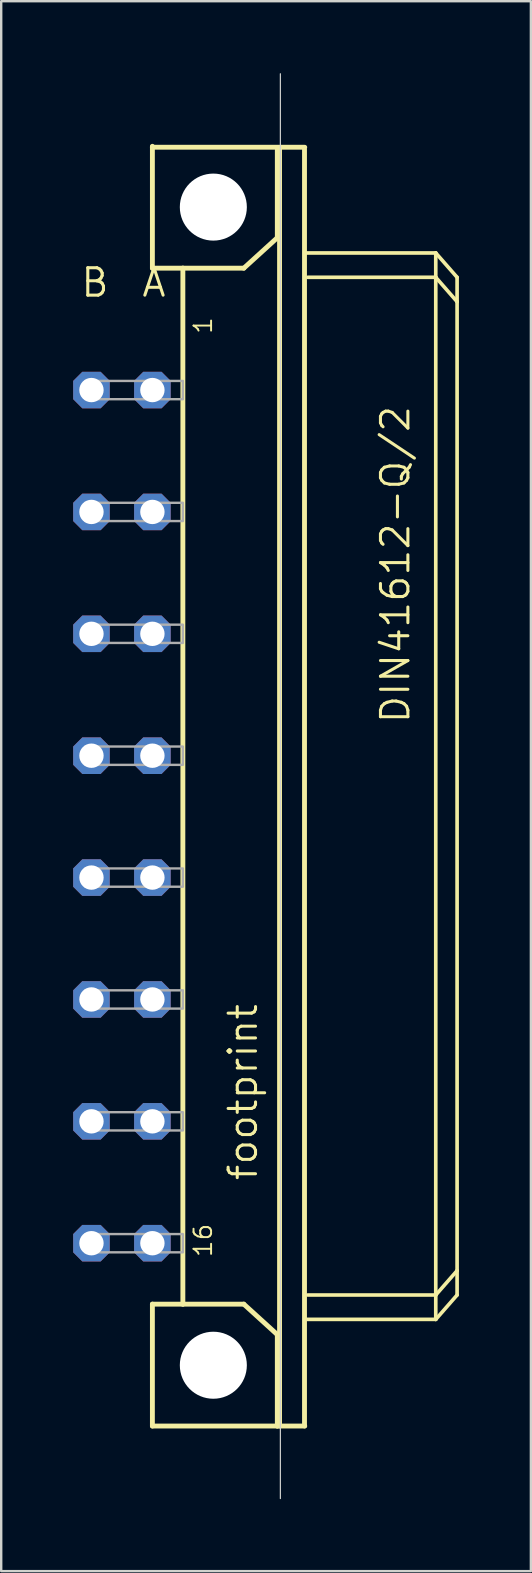
<source format=kicad_pcb>
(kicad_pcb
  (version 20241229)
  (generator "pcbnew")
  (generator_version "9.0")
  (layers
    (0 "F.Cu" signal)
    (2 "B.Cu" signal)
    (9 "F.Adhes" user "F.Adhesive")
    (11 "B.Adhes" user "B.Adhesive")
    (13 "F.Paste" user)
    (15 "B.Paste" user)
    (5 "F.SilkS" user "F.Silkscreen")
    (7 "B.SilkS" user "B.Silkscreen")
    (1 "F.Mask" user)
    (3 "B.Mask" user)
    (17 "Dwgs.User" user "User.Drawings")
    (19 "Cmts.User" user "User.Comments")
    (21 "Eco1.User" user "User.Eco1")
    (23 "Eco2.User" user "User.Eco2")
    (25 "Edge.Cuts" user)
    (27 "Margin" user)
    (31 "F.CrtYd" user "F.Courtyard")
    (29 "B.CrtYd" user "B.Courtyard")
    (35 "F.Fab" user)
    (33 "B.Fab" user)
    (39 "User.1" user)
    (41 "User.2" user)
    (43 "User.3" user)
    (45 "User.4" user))
  (footprint "footprint"
    (layer "F.Cu")
    (at 5.842 29.718)
    (property "Reference" "footprint" (at 1.905 16.51 90) (layer "F.SilkS") (effects (font (size 1.143 1.143) (thickness 0.127)) (justify left bottom)))
    (fp_line (start -2.54 -26.67) (end -2.54 -26.63) (stroke (width 0.203) (type solid)) (layer "F.SilkS"))
    (fp_line (start -2.54 -26.63) (end -2.54 -21.59) (stroke (width 0.203) (type solid)) (layer "F.SilkS"))
    (fp_line (start -2.54 -26.63) (end 3.81 -26.63) (stroke (width 0.203) (type solid)) (layer "F.SilkS"))
    (fp_line (start -2.54 -21.59) (end -1.27 -21.59) (stroke (width 0.203) (type solid)) (layer "F.SilkS"))
    (fp_line (start -2.54 21.59) (end -1.27 21.59) (stroke (width 0.203) (type solid)) (layer "F.SilkS"))
    (fp_line (start -2.54 26.67) (end -2.54 21.59) (stroke (width 0.203) (type solid)) (layer "F.SilkS"))
    (fp_line (start -2.54 26.67) (end 2.667 26.67) (stroke (width 0.203) (type solid)) (layer "F.SilkS"))
    (fp_line (start -1.27 -21.59) (end -1.27 21.59) (stroke (width 0.203) (type solid)) (layer "F.SilkS"))
    (fp_line (start -1.27 -21.59) (end 1.27 -21.59) (stroke (width 0.203) (type solid)) (layer "F.SilkS"))
    (fp_line (start -1.27 21.59) (end 1.27 21.59) (stroke (width 0.203) (type solid)) (layer "F.SilkS"))
    (fp_line (start 1.27 -21.59) (end 2.667 -22.86) (stroke (width 0.203) (type solid)) (layer "F.SilkS"))
    (fp_line (start 1.27 21.59) (end 2.667 22.86) (stroke (width 0.203) (type solid)) (layer "F.SilkS"))
    (fp_line (start 2.667 -22.86) (end 2.667 -26.543) (stroke (width 0.203) (type solid)) (layer "F.SilkS"))
    (fp_line (start 2.667 22.86) (end 2.667 26.67) (stroke (width 0.203) (type solid)) (layer "F.SilkS"))
    (fp_line (start 2.667 26.67) (end 3.81 26.67) (stroke (width 0.203) (type solid)) (layer "F.SilkS"))
    (fp_line (start 2.76 -26.54) (end 2.76 26.667) (stroke (width 0.203) (type solid)) (layer "F.SilkS"))
    (fp_line (start 3.8 26.667) (end 3.8 -26.54) (stroke (width 0.203) (type solid)) (layer "F.SilkS"))
    (fp_line (start 3.81 -22.225) (end 9.271 -22.225) (stroke (width 0.152) (type solid)) (layer "F.SilkS"))
    (fp_line (start 3.937 21.209) (end 9.271 21.209) (stroke (width 0.152) (type solid)) (layer "F.SilkS"))
    (fp_line (start 9.271 -21.209) (end 3.937 -21.209) (stroke (width 0.152) (type solid)) (layer "F.SilkS"))
    (fp_line (start 9.271 -21.209) (end 9.271 -22.225) (stroke (width 0.152) (type solid)) (layer "F.SilkS"))
    (fp_line (start 9.271 21.209) (end 9.271 -21.209) (stroke (width 0.152) (type solid)) (layer "F.SilkS"))
    (fp_line (start 9.271 21.209) (end 10.16 20.193) (stroke (width 0.152) (type solid)) (layer "F.SilkS"))
    (fp_line (start 9.271 22.225) (end 3.81 22.225) (stroke (width 0.152) (type solid)) (layer "F.SilkS"))
    (fp_line (start 9.271 22.225) (end 9.271 21.209) (stroke (width 0.152) (type solid)) (layer "F.SilkS"))
    (fp_line (start 9.271 22.225) (end 10.16 21.209) (stroke (width 0.152) (type solid)) (layer "F.SilkS"))
    (fp_line (start 10.16 -21.209) (end 9.271 -22.225) (stroke (width 0.152) (type solid)) (layer "F.SilkS"))
    (fp_line (start 10.16 -20.193) (end 9.271 -21.209) (stroke (width 0.152) (type solid)) (layer "F.SilkS"))
    (fp_line (start 10.16 -20.193) (end 10.16 -21.209) (stroke (width 0.152) (type solid)) (layer "F.SilkS"))
    (fp_line (start 10.16 20.193) (end 10.16 -20.193) (stroke (width 0.152) (type solid)) (layer "F.SilkS"))
    (fp_line (start 10.16 21.209) (end 10.16 20.193) (stroke (width 0.152) (type solid)) (layer "F.SilkS"))
    (fp_circle (center 0 -24.136) (end 1.27 -24.136) (stroke (width 0.152) (type solid)) (fill no) (layer "F.SilkS"))
    (fp_circle (center 0 24.136) (end 1.27 24.136) (stroke (width 0.152) (type solid)) (fill no) (layer "F.SilkS"))
    (fp_line (start 2.794 29.693) (end 2.794 -29.693) (stroke (width 0.05) (type solid)) (layer "Edge.Cuts"))
    (fp_poly (pts (xy -5.334 -16.129) (xy -1.27 -16.129) (xy -1.27 -16.891) (xy -5.334 -16.891)) (stroke (width 0.1) (type solid)) (fill no) (layer "F.Fab"))
    (fp_poly (pts (xy -5.334 -11.049) (xy -1.27 -11.049) (xy -1.27 -11.811) (xy -5.334 -11.811)) (stroke (width 0.1) (type solid)) (fill no) (layer "F.Fab"))
    (fp_poly (pts (xy -5.334 -5.969) (xy -1.27 -5.969) (xy -1.27 -6.731) (xy -5.334 -6.731)) (stroke (width 0.1) (type solid)) (fill no) (layer "F.Fab"))
    (fp_poly (pts (xy -5.334 -0.889) (xy -1.27 -0.889) (xy -1.27 -1.651) (xy -5.334 -1.651)) (stroke (width 0.1) (type solid)) (fill no) (layer "F.Fab"))
    (fp_poly (pts (xy -5.334 4.191) (xy -1.27 4.191) (xy -1.27 3.429) (xy -5.334 3.429)) (stroke (width 0.1) (type solid)) (fill no) (layer "F.Fab"))
    (fp_poly (pts (xy -5.334 9.271) (xy -1.27 9.271) (xy -1.27 8.509) (xy -5.334 8.509)) (stroke (width 0.1) (type solid)) (fill no) (layer "F.Fab"))
    (fp_poly (pts (xy -5.334 14.351) (xy -1.27 14.351) (xy -1.27 13.589) (xy -5.334 13.589)) (stroke (width 0.1) (type solid)) (fill no) (layer "F.Fab"))
    (fp_poly (pts (xy -5.334 19.431) (xy -1.27 19.431) (xy -1.27 18.669) (xy -5.334 18.669)) (stroke (width 0.1) (type solid)) (fill no) (layer "F.Fab"))
    (fp_text user "1" (at 0 -18.796 90) (layer "F.SilkS") (effects (font (size 0.732 0.732) (thickness 0.081)) (justify left bottom)))
    (fp_text user "16" (at 0 19.685 90) (layer "F.SilkS") (effects (font (size 0.732 0.732) (thickness 0.081)) (justify left bottom)))
    (fp_text user "DIN41612-Q/2" (at 8.255 -2.54 90) (layer "F.SilkS") (effects (font (size 1.143 1.143) (thickness 0.127)) (justify left bottom)))
    (fp_text user "B" (at -5.588 -20.32 0) (layer "F.SilkS") (effects (font (size 1.143 1.143) (thickness 0.127)) (justify left bottom)))
    (fp_text user "A" (at -3.048 -20.32 0) (layer "F.SilkS") (effects (font (size 1.143 1.143) (thickness 0.127)) (justify left bottom)))
    (pad "" np_thru_hole circle (at 0 -24.136) (size 2.794 2.794) (drill 2.794) (layers "*.Cu" "*.Mask"))
    (pad "" np_thru_hole circle (at 0 24.136) (size 2.794 2.794) (drill 2.794) (layers "*.Cu" "*.Mask"))
    (pad "A2" thru_hole roundrect (at -2.54 -16.51) (size 1.524 1.524) (drill 1.016) (layers "*.Cu" "*.Mask") (roundrect_rratio 0.25) (chamfer_ratio 0.25) (chamfer top_left top_right bottom_left bottom_right))
    (pad "A4" thru_hole roundrect (at -2.54 -11.43) (size 1.524 1.524) (drill 1.016) (layers "*.Cu" "*.Mask") (roundrect_rratio 0.25) (chamfer_ratio 0.25) (chamfer top_left top_right bottom_left bottom_right))
    (pad "A6" thru_hole roundrect (at -2.54 -6.35) (size 1.524 1.524) (drill 1.016) (layers "*.Cu" "*.Mask") (roundrect_rratio 0.25) (chamfer_ratio 0.25) (chamfer top_left top_right bottom_left bottom_right))
    (pad "A8" thru_hole roundrect (at -2.54 -1.27) (size 1.524 1.524) (drill 1.016) (layers "*.Cu" "*.Mask") (roundrect_rratio 0.25) (chamfer_ratio 0.25) (chamfer top_left top_right bottom_left bottom_right))
    (pad "A10" thru_hole roundrect (at -2.54 3.81) (size 1.524 1.524) (drill 1.016) (layers "*.Cu" "*.Mask") (roundrect_rratio 0.25) (chamfer_ratio 0.25) (chamfer top_left top_right bottom_left bottom_right))
    (pad "A12" thru_hole roundrect (at -2.54 8.89) (size 1.524 1.524) (drill 1.016) (layers "*.Cu" "*.Mask") (roundrect_rratio 0.25) (chamfer_ratio 0.25) (chamfer top_left top_right bottom_left bottom_right))
    (pad "A14" thru_hole roundrect (at -2.54 13.97) (size 1.524 1.524) (drill 1.016) (layers "*.Cu" "*.Mask") (roundrect_rratio 0.25) (chamfer_ratio 0.25) (chamfer top_left top_right bottom_left bottom_right))
    (pad "A16" thru_hole roundrect (at -2.54 19.05) (size 1.524 1.524) (drill 1.016) (layers "*.Cu" "*.Mask") (roundrect_rratio 0.25) (chamfer_ratio 0.25) (chamfer top_left top_right bottom_left bottom_right))
    (pad "B2" thru_hole roundrect (at -5.08 -16.51) (size 1.524 1.524) (drill 1.016) (layers "*.Cu" "*.Mask") (roundrect_rratio 0.25) (chamfer_ratio 0.25) (chamfer top_left top_right bottom_left bottom_right))
    (pad "B4" thru_hole roundrect (at -5.08 -11.43) (size 1.524 1.524) (drill 1.016) (layers "*.Cu" "*.Mask") (roundrect_rratio 0.25) (chamfer_ratio 0.25) (chamfer top_left top_right bottom_left bottom_right))
    (pad "B6" thru_hole roundrect (at -5.08 -6.35) (size 1.524 1.524) (drill 1.016) (layers "*.Cu" "*.Mask") (roundrect_rratio 0.25) (chamfer_ratio 0.25) (chamfer top_left top_right bottom_left bottom_right))
    (pad "B8" thru_hole roundrect (at -5.08 -1.27) (size 1.524 1.524) (drill 1.016) (layers "*.Cu" "*.Mask") (roundrect_rratio 0.25) (chamfer_ratio 0.25) (chamfer top_left top_right bottom_left bottom_right))
    (pad "B10" thru_hole roundrect (at -5.08 3.81) (size 1.524 1.524) (drill 1.016) (layers "*.Cu" "*.Mask") (roundrect_rratio 0.25) (chamfer_ratio 0.25) (chamfer top_left top_right bottom_left bottom_right))
    (pad "B12" thru_hole roundrect (at -5.08 8.89) (size 1.524 1.524) (drill 1.016) (layers "*.Cu" "*.Mask") (roundrect_rratio 0.25) (chamfer_ratio 0.25) (chamfer top_left top_right bottom_left bottom_right))
    (pad "B14" thru_hole roundrect (at -5.08 13.97) (size 1.524 1.524) (drill 1.016) (layers "*.Cu" "*.Mask") (roundrect_rratio 0.25) (chamfer_ratio 0.25) (chamfer top_left top_right bottom_left bottom_right))
    (pad "B16" thru_hole roundrect (at -5.08 19.05) (size 1.524 1.524) (drill 1.016) (layers "*.Cu" "*.Mask") (roundrect_rratio 0.25) (chamfer_ratio 0.25) (chamfer top_left top_right bottom_left bottom_right))
    (zone (net_name "") (layers "F.Cu" "B.Cu") (hatch edge 0.508) (connect_pads) (min_thickness 0.254) (filled_areas_thickness no) (keepout (tracks allowed) (vias not_allowed) (pads allowed) (copperpour allowed) (footprints allowed)) (placement (enabled no)) (fill) (polygon (pts (xy 9.017 5.581) (xy 8.969 5.03) (xy 8.826 4.495) (xy 8.592 3.994) (xy 8.274 3.54) (xy 7.883 3.149) (xy 7.429 2.832) (xy 6.928 2.598) (xy 6.393 2.454) (xy 5.842 2.406) (xy 5.291 2.454) (xy 4.756 2.598) (xy 4.255 2.832) (xy 3.801 3.149) (xy 3.41 3.54) (xy 3.092 3.994) (xy 2.858 4.495) (xy 2.715 5.03) (xy 2.667 5.581) (xy 2.715 6.133) (xy 2.858 6.667) (xy 3.092 7.169) (xy 3.41 7.622) (xy 3.801 8.013) (xy 4.255 8.331) (xy 4.756 8.565) (xy 5.291 8.708) (xy 5.842 8.756) (xy 6.393 8.708) (xy 6.928 8.565) (xy 7.429 8.331) (xy 7.883 8.013) (xy 8.274 7.622) (xy 8.592 7.169) (xy 8.826 6.667) (xy 8.969 6.133))) (polygon (pts (xy 7.239 5.581) (xy 7.218 5.339) (xy 7.155 5.103) (xy 7.052 4.883) (xy 6.912 4.683) (xy 6.74 4.511) (xy 6.54 4.371) (xy 6.32 4.268) (xy 6.085 4.205) (xy 5.842 4.184) (xy 5.599 4.205) (xy 5.364 4.268) (xy 5.144 4.371) (xy 4.944 4.511) (xy 4.772 4.683) (xy 4.632 4.883) (xy 4.529 5.103) (xy 4.466 5.339) (xy 4.445 5.581) (xy 4.466 5.824) (xy 4.529 6.059) (xy 4.632 6.28) (xy 4.772 6.479) (xy 4.944 6.651) (xy 5.144 6.791) (xy 5.364 6.894) (xy 5.599 6.957) (xy 5.842 6.978) (xy 6.085 6.957) (xy 6.32 6.894) (xy 6.54 6.791) (xy 6.74 6.651) (xy 6.912 6.479) (xy 7.052 6.28) (xy 7.155 6.059) (xy 7.218 5.824))))
    (zone (net_name "") (layers "F.Cu" "B.Cu") (hatch edge 0.508) (connect_pads) (min_thickness 0.254) (filled_areas_thickness no) (keepout (tracks allowed) (vias not_allowed) (pads allowed) (copperpour allowed) (footprints allowed)) (placement (enabled no)) (fill) (polygon (pts (xy 9.017 53.854) (xy 8.969 53.303) (xy 8.826 52.768) (xy 8.592 52.267) (xy 8.274 51.813) (xy 7.883 51.422) (xy 7.429 51.104) (xy 6.928 50.87) (xy 6.393 50.727) (xy 5.842 50.679) (xy 5.291 50.727) (xy 4.756 50.87) (xy 4.255 51.104) (xy 3.801 51.422) (xy 3.41 51.813) (xy 3.092 52.267) (xy 2.858 52.768) (xy 2.715 53.303) (xy 2.667 53.854) (xy 2.715 54.405) (xy 2.858 54.94) (xy 3.092 55.441) (xy 3.41 55.895) (xy 3.801 56.286) (xy 4.255 56.604) (xy 4.756 56.838) (xy 5.291 56.981) (xy 5.842 57.029) (xy 6.393 56.981) (xy 6.928 56.838) (xy 7.429 56.604) (xy 7.883 56.286) (xy 8.274 55.895) (xy 8.592 55.441) (xy 8.826 54.94) (xy 8.969 54.405))) (polygon (pts (xy 7.239 53.854) (xy 7.218 53.611) (xy 7.155 53.376) (xy 7.052 53.156) (xy 6.912 52.956) (xy 6.74 52.784) (xy 6.54 52.644) (xy 6.32 52.541) (xy 6.085 52.478) (xy 5.842 52.457) (xy 5.599 52.478) (xy 5.364 52.541) (xy 5.144 52.644) (xy 4.944 52.784) (xy 4.772 52.956) (xy 4.632 53.156) (xy 4.529 53.376) (xy 4.466 53.611) (xy 4.445 53.854) (xy 4.466 54.097) (xy 4.529 54.332) (xy 4.632 54.553) (xy 4.772 54.752) (xy 4.944 54.924) (xy 5.144 55.064) (xy 5.364 55.167) (xy 5.599 55.23) (xy 5.842 55.251) (xy 6.085 55.23) (xy 6.32 55.167) (xy 6.54 55.064) (xy 6.74 54.924) (xy 6.912 54.752) (xy 7.052 54.553) (xy 7.155 54.332) (xy 7.218 54.097))))
    (zone (net_name "") (layer "B.Cu") (hatch edge 0.508) (connect_pads) (min_thickness 0.254) (filled_areas_thickness no) (keepout (tracks not_allowed) (vias not_allowed) (pads not_allowed) (copperpour not_allowed) (footprints allowed)) (placement (enabled no)) (fill) (polygon (pts (xy 9.017 5.581) (xy 8.969 5.03) (xy 8.826 4.495) (xy 8.592 3.994) (xy 8.274 3.54) (xy 7.883 3.149) (xy 7.429 2.832) (xy 6.928 2.598) (xy 6.393 2.454) (xy 5.842 2.406) (xy 5.291 2.454) (xy 4.756 2.598) (xy 4.255 2.832) (xy 3.801 3.149) (xy 3.41 3.54) (xy 3.092 3.994) (xy 2.858 4.495) (xy 2.715 5.03) (xy 2.667 5.581) (xy 2.715 6.133) (xy 2.858 6.667) (xy 3.092 7.169) (xy 3.41 7.622) (xy 3.801 8.013) (xy 4.255 8.331) (xy 4.756 8.565) (xy 5.291 8.708) (xy 5.842 8.756) (xy 6.393 8.708) (xy 6.928 8.565) (xy 7.429 8.331) (xy 7.883 8.013) (xy 8.274 7.622) (xy 8.592 7.169) (xy 8.826 6.667) (xy 8.969 6.133))) (polygon (pts (xy 7.239 5.581) (xy 7.218 5.339) (xy 7.155 5.103) (xy 7.052 4.883) (xy 6.912 4.683) (xy 6.74 4.511) (xy 6.54 4.371) (xy 6.32 4.268) (xy 6.085 4.205) (xy 5.842 4.184) (xy 5.599 4.205) (xy 5.364 4.268) (xy 5.144 4.371) (xy 4.944 4.511) (xy 4.772 4.683) (xy 4.632 4.883) (xy 4.529 5.103) (xy 4.466 5.339) (xy 4.445 5.581) (xy 4.466 5.824) (xy 4.529 6.059) (xy 4.632 6.28) (xy 4.772 6.479) (xy 4.944 6.651) (xy 5.144 6.791) (xy 5.364 6.894) (xy 5.599 6.957) (xy 5.842 6.978) (xy 6.085 6.957) (xy 6.32 6.894) (xy 6.54 6.791) (xy 6.74 6.651) (xy 6.912 6.479) (xy 7.052 6.28) (xy 7.155 6.059) (xy 7.218 5.824))))
    (zone (net_name "") (layer "B.Cu") (hatch edge 0.508) (connect_pads) (min_thickness 0.254) (filled_areas_thickness no) (keepout (tracks not_allowed) (vias not_allowed) (pads not_allowed) (copperpour not_allowed) (footprints allowed)) (placement (enabled no)) (fill) (polygon (pts (xy 9.017 53.854) (xy 8.969 53.303) (xy 8.826 52.768) (xy 8.592 52.267) (xy 8.274 51.813) (xy 7.883 51.422) (xy 7.429 51.104) (xy 6.928 50.87) (xy 6.393 50.727) (xy 5.842 50.679) (xy 5.291 50.727) (xy 4.756 50.87) (xy 4.255 51.104) (xy 3.801 51.422) (xy 3.41 51.813) (xy 3.092 52.267) (xy 2.858 52.768) (xy 2.715 53.303) (xy 2.667 53.854) (xy 2.715 54.405) (xy 2.858 54.94) (xy 3.092 55.441) (xy 3.41 55.895) (xy 3.801 56.286) (xy 4.255 56.604) (xy 4.756 56.838) (xy 5.291 56.981) (xy 5.842 57.029) (xy 6.393 56.981) (xy 6.928 56.838) (xy 7.429 56.604) (xy 7.883 56.286) (xy 8.274 55.895) (xy 8.592 55.441) (xy 8.826 54.94) (xy 8.969 54.405))) (polygon (pts (xy 7.239 53.854) (xy 7.218 53.611) (xy 7.155 53.376) (xy 7.052 53.156) (xy 6.912 52.956) (xy 6.74 52.784) (xy 6.54 52.644) (xy 6.32 52.541) (xy 6.085 52.478) (xy 5.842 52.457) (xy 5.599 52.478) (xy 5.364 52.541) (xy 5.144 52.644) (xy 4.944 52.784) (xy 4.772 52.956) (xy 4.632 53.156) (xy 4.529 53.376) (xy 4.466 53.611) (xy 4.445 53.854) (xy 4.466 54.097) (xy 4.529 54.332) (xy 4.632 54.553) (xy 4.772 54.752) (xy 4.944 54.924) (xy 5.144 55.064) (xy 5.364 55.167) (xy 5.599 55.23) (xy 5.842 55.251) (xy 6.085 55.23) (xy 6.32 55.167) (xy 6.54 55.064) (xy 6.74 54.924) (xy 6.912 54.752) (xy 7.052 54.553) (xy 7.155 54.332) (xy 7.218 54.097)))))
  (gr_rect
    (start -3 -3)
    (end 19.078 62.435)
    (stroke (width 0.1) (type default))
    (fill no)
    (layer "Edge.Cuts")))
</source>
